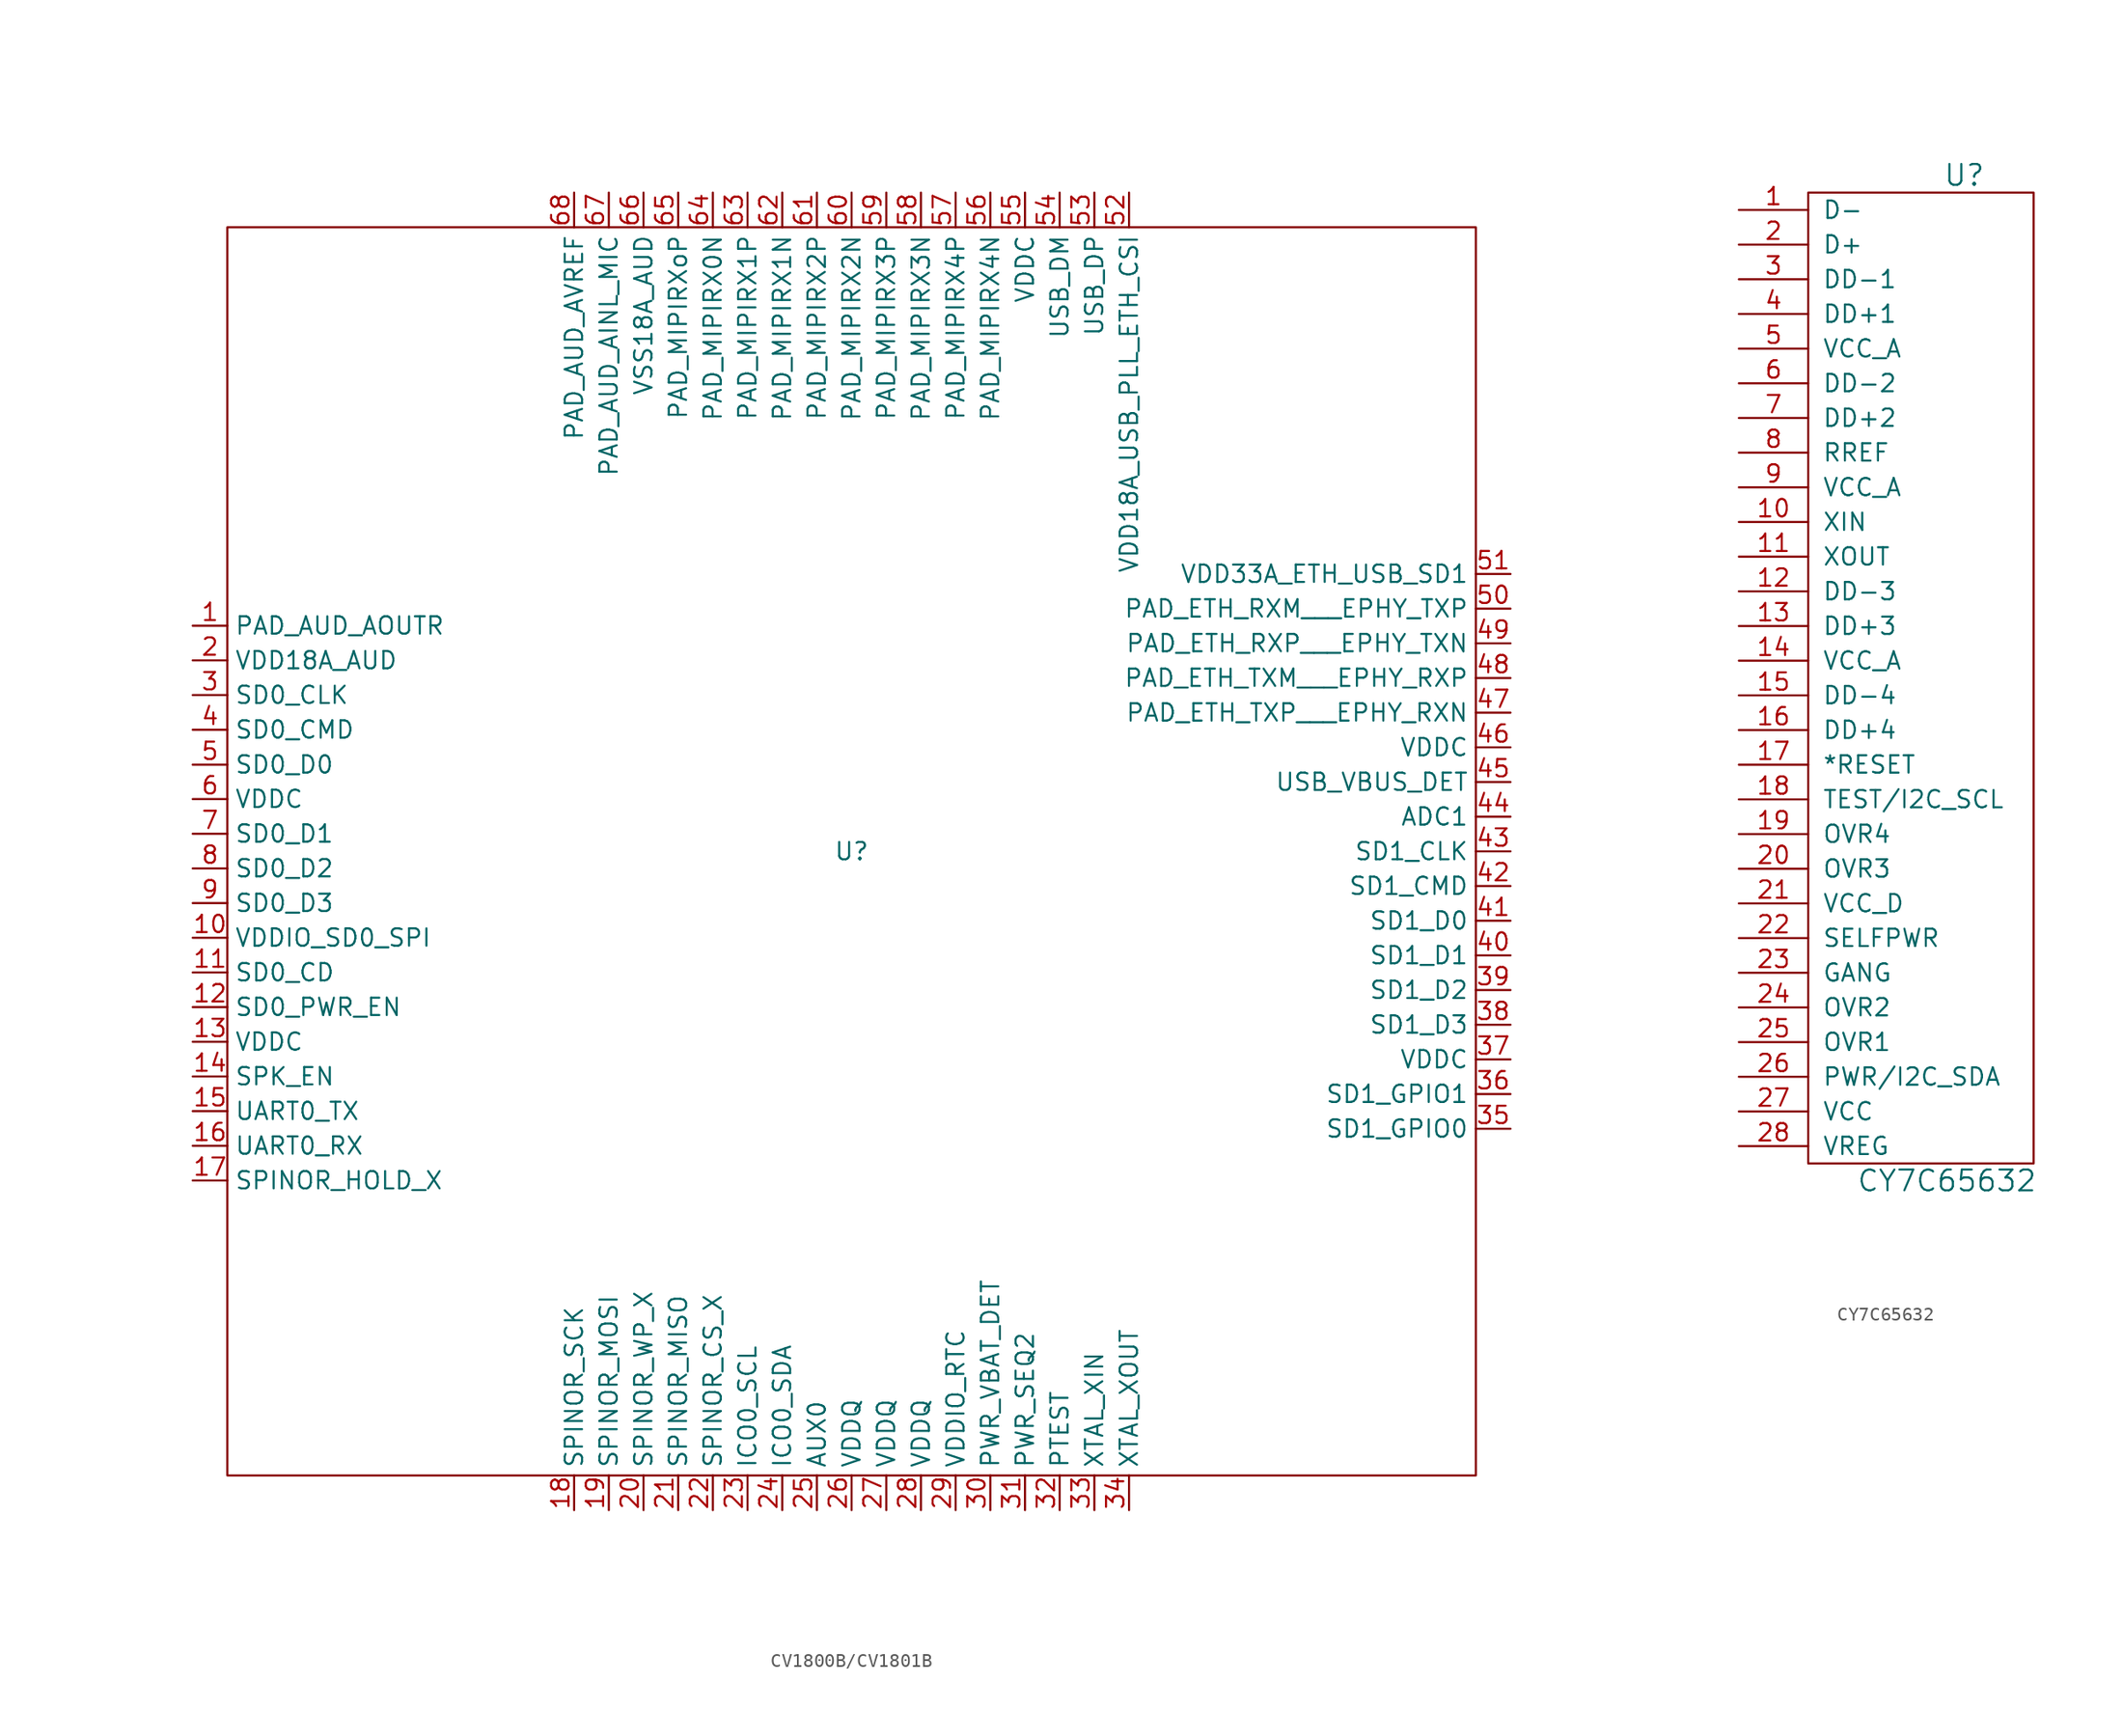
<source format=kicad_sym>
(kicad_symbol_lib
  (version 20220914)
  (generator kicad_symbol_editor)
  (symbol "CV1800B/CV1801B"
    (property "Reference" "U"
      (at 0 0 0)
      (effects (font (size 1.27 1.27))))
    (property "Value" ""
      (at 0 0 0)
      (effects (font (size 1.27 1.27))))
    (symbol "CV1800B/CV1801B_0_1"
      (rectangle (start -45.72 45.72) (end 45.72 -45.72) (stroke (width 0) (type default)) (fill (type none))))
    (symbol "CV1800B/CV1801B_1_1"
      (pin output line (at -48.258 16.53 0) (length 2.54) (name "PAD_AUD_AOUTR" (effects (font (size 1.27 1.27)))) (number "1" (effects (font (size 1.27 1.27)))))
      (pin power_in line (at -48.258 -6.33 0) (length 2.54) (name "VDDIO_SD0_SPI" (effects (font (size 1.27 1.27)))) (number "10" (effects (font (size 1.27 1.27)))))
      (pin bidirectional line (at -48.258 -8.87 0) (length 2.54) (name "SD0_CD" (effects (font (size 1.27 1.27)))) (number "11" (effects (font (size 1.27 1.27)))))
      (pin bidirectional line (at -48.258 -11.41 0) (length 2.54) (name "SD0_PWR_EN" (effects (font (size 1.27 1.27)))) (number "12" (effects (font (size 1.27 1.27)))))
      (pin power_in line (at -48.258 -13.95 0) (length 2.54) (name "VDDC" (effects (font (size 1.27 1.27)))) (number "13" (effects (font (size 1.27 1.27)))))
      (pin bidirectional line (at -48.258 -16.49 0) (length 2.54) (name "SPK_EN" (effects (font (size 1.27 1.27)))) (number "14" (effects (font (size 1.27 1.27)))))
      (pin output line (at -48.258 -19.03 0) (length 2.54) (name "UART0_TX" (effects (font (size 1.27 1.27)))) (number "15" (effects (font (size 1.27 1.27)))))
      (pin input line (at -48.258 -21.57 0) (length 2.54) (name "UART0_RX" (effects (font (size 1.27 1.27)))) (number "16" (effects (font (size 1.27 1.27)))))
      (pin bidirectional line (at -48.258 -24.11 0) (length 2.54) (name "SPINOR_HOLD_X" (effects (font (size 1.27 1.27)))) (number "17" (effects (font (size 1.27 1.27)))))
      (pin bidirectional line (at -20.32 -48.26 90) (length 2.54) (name "SPINOR_SCK" (effects (font (size 1.27 1.27)))) (number "18" (effects (font (size 1.27 1.27)))))
      (pin bidirectional line (at -17.78 -48.26 90) (length 2.54) (name "SPINOR_MOSI" (effects (font (size 1.27 1.27)))) (number "19" (effects (font (size 1.27 1.27)))))
      (pin power_in line (at -48.258 13.99 0) (length 2.54) (name "VDD18A_AUD" (effects (font (size 1.27 1.27)))) (number "2" (effects (font (size 1.27 1.27)))))
      (pin bidirectional line (at -15.24 -48.26 90) (length 2.54) (name "SPINOR_WP_X" (effects (font (size 1.27 1.27)))) (number "20" (effects (font (size 1.27 1.27)))))
      (pin bidirectional line (at -12.7 -48.26 90) (length 2.54) (name "SPINOR_MISO" (effects (font (size 1.27 1.27)))) (number "21" (effects (font (size 1.27 1.27)))))
      (pin bidirectional line (at -10.16 -48.26 90) (length 2.54) (name "SPINOR_CS_X" (effects (font (size 1.27 1.27)))) (number "22" (effects (font (size 1.27 1.27)))))
      (pin bidirectional line (at -7.62 -48.26 90) (length 2.54) (name "ICO0_SCL" (effects (font (size 1.27 1.27)))) (number "23" (effects (font (size 1.27 1.27)))))
      (pin bidirectional line (at -5.08 -48.26 90) (length 2.54) (name "ICO0_SDA" (effects (font (size 1.27 1.27)))) (number "24" (effects (font (size 1.27 1.27)))))
      (pin bidirectional line (at -2.54 -48.26 90) (length 2.54) (name "AUX0" (effects (font (size 1.27 1.27)))) (number "25" (effects (font (size 1.27 1.27)))))
      (pin power_in line (at 0 -48.26 90) (length 2.54) (name "VDDQ" (effects (font (size 1.27 1.27)))) (number "26" (effects (font (size 1.27 1.27)))))
      (pin power_in line (at 2.54 -48.26 90) (length 2.54) (name "VDDQ" (effects (font (size 1.27 1.27)))) (number "27" (effects (font (size 1.27 1.27)))))
      (pin power_in line (at 5.08 -48.26 90) (length 2.54) (name "VDDQ" (effects (font (size 1.27 1.27)))) (number "28" (effects (font (size 1.27 1.27)))))
      (pin power_in line (at 7.62 -48.26 90) (length 2.54) (name "VDDIO_RTC" (effects (font (size 1.27 1.27)))) (number "29" (effects (font (size 1.27 1.27)))))
      (pin bidirectional line (at -48.258 11.45 0) (length 2.54) (name "SD0_CLK" (effects (font (size 1.27 1.27)))) (number "3" (effects (font (size 1.27 1.27)))))
      (pin input line (at 10.16 -48.26 90) (length 2.54) (name "PWR_VBAT_DET" (effects (font (size 1.27 1.27)))) (number "30" (effects (font (size 1.27 1.27)))))
      (pin input line (at 12.7 -48.26 90) (length 2.54) (name "PWR_SEQ2" (effects (font (size 1.27 1.27)))) (number "31" (effects (font (size 1.27 1.27)))))
      (pin bidirectional line (at 15.24 -48.26 90) (length 2.54) (name "PTEST" (effects (font (size 1.27 1.27)))) (number "32" (effects (font (size 1.27 1.27)))))
      (pin input line (at 17.78 -48.26 90) (length 2.54) (name "XTAL_XIN" (effects (font (size 1.27 1.27)))) (number "33" (effects (font (size 1.27 1.27)))))
      (pin output line (at 20.32 -48.26 90) (length 2.54) (name "XTAL_XOUT" (effects (font (size 1.27 1.27)))) (number "34" (effects (font (size 1.27 1.27)))))
      (pin bidirectional line (at 48.26 -20.32 180) (length 2.54) (name "SD1_GPIO0" (effects (font (size 1.27 1.27)))) (number "35" (effects (font (size 1.27 1.27)))))
      (pin bidirectional line (at 48.26 -17.78 180) (length 2.54) (name "SD1_GPIO1" (effects (font (size 1.27 1.27)))) (number "36" (effects (font (size 1.27 1.27)))))
      (pin power_in line (at 48.26 -15.24 180) (length 2.54) (name "VDDC" (effects (font (size 1.27 1.27)))) (number "37" (effects (font (size 1.27 1.27)))))
      (pin bidirectional line (at 48.26 -12.7 180) (length 2.54) (name "SD1_D3" (effects (font (size 1.27 1.27)))) (number "38" (effects (font (size 1.27 1.27)))))
      (pin bidirectional line (at 48.26 -10.16 180) (length 2.54) (name "SD1_D2" (effects (font (size 1.27 1.27)))) (number "39" (effects (font (size 1.27 1.27)))))
      (pin bidirectional line (at -48.258 8.91 0) (length 2.54) (name "SD0_CMD" (effects (font (size 1.27 1.27)))) (number "4" (effects (font (size 1.27 1.27)))))
      (pin bidirectional line (at 48.26 -7.62 180) (length 2.54) (name "SD1_D1" (effects (font (size 1.27 1.27)))) (number "40" (effects (font (size 1.27 1.27)))))
      (pin bidirectional line (at 48.26 -5.08 180) (length 2.54) (name "SD1_D0" (effects (font (size 1.27 1.27)))) (number "41" (effects (font (size 1.27 1.27)))))
      (pin bidirectional line (at 48.26 -2.54 180) (length 2.54) (name "SD1_CMD" (effects (font (size 1.27 1.27)))) (number "42" (effects (font (size 1.27 1.27)))))
      (pin bidirectional line (at 48.26 0 180) (length 2.54) (name "SD1_CLK" (effects (font (size 1.27 1.27)))) (number "43" (effects (font (size 1.27 1.27)))))
      (pin input line (at 48.26 2.54 180) (length 2.54) (name "ADC1" (effects (font (size 1.27 1.27)))) (number "44" (effects (font (size 1.27 1.27)))))
      (pin input line (at 48.26 5.08 180) (length 2.54) (name "USB_VBUS_DET" (effects (font (size 1.27 1.27)))) (number "45" (effects (font (size 1.27 1.27)))))
      (pin power_in line (at 48.26 7.62 180) (length 2.54) (name "VDDC" (effects (font (size 1.27 1.27)))) (number "46" (effects (font (size 1.27 1.27)))))
      (pin bidirectional line (at 48.26 10.16 180) (length 2.54) (name "PAD_ETH_TXP___EPHY_RXN" (effects (font (size 1.27 1.27)))) (number "47" (effects (font (size 1.27 1.27)))))
      (pin bidirectional line (at 48.26 12.7 180) (length 2.54) (name "PAD_ETH_TXM___EPHY_RXP" (effects (font (size 1.27 1.27)))) (number "48" (effects (font (size 1.27 1.27)))))
      (pin bidirectional line (at 48.26 15.24 180) (length 2.54) (name "PAD_ETH_RXP___EPHY_TXN" (effects (font (size 1.27 1.27)))) (number "49" (effects (font (size 1.27 1.27)))))
      (pin bidirectional line (at -48.26 6.35 0) (length 2.54) (name "SD0_D0" (effects (font (size 1.27 1.27)))) (number "5" (effects (font (size 1.27 1.27)))))
      (pin bidirectional line (at 48.26 17.78 180) (length 2.54) (name "PAD_ETH_RXM___EPHY_TXP" (effects (font (size 1.27 1.27)))) (number "50" (effects (font (size 1.27 1.27)))))
      (pin power_in line (at 48.26 20.32 180) (length 2.54) (name "VDD33A_ETH_USB_SD1" (effects (font (size 1.27 1.27)))) (number "51" (effects (font (size 1.27 1.27)))))
      (pin power_in line (at 20.32 48.26 270) (length 2.54) (name "VDD18A_USB_PLL_ETH_CSI" (effects (font (size 1.27 1.27)))) (number "52" (effects (font (size 1.27 1.27)))))
      (pin bidirectional line (at 17.78 48.26 270) (length 2.54) (name "USB_DP" (effects (font (size 1.27 1.27)))) (number "53" (effects (font (size 1.27 1.27)))))
      (pin bidirectional line (at 15.24 48.26 270) (length 2.54) (name "USB_DM" (effects (font (size 1.27 1.27)))) (number "54" (effects (font (size 1.27 1.27)))))
      (pin power_in line (at 12.7 48.26 270) (length 2.54) (name "VDDC" (effects (font (size 1.27 1.27)))) (number "55" (effects (font (size 1.27 1.27)))))
      (pin bidirectional line (at 10.16 48.26 270) (length 2.54) (name "PAD_MIPIRX4N" (effects (font (size 1.27 1.27)))) (number "56" (effects (font (size 1.27 1.27)))))
      (pin bidirectional line (at 7.62 48.26 270) (length 2.54) (name "PAD_MIPIRX4P" (effects (font (size 1.27 1.27)))) (number "57" (effects (font (size 1.27 1.27)))))
      (pin bidirectional line (at 5.08 48.26 270) (length 2.54) (name "PAD_MIPIRX3N" (effects (font (size 1.27 1.27)))) (number "58" (effects (font (size 1.27 1.27)))))
      (pin bidirectional line (at 2.54 48.26 270) (length 2.54) (name "PAD_MIPIRX3P" (effects (font (size 1.27 1.27)))) (number "59" (effects (font (size 1.27 1.27)))))
      (pin power_in line (at -48.258 3.83 0) (length 2.54) (name "VDDC" (effects (font (size 1.27 1.27)))) (number "6" (effects (font (size 1.27 1.27)))))
      (pin bidirectional line (at 0 48.26 270) (length 2.54) (name "PAD_MIPIRX2N" (effects (font (size 1.27 1.27)))) (number "60" (effects (font (size 1.27 1.27)))))
      (pin bidirectional line (at -2.54 48.26 270) (length 2.54) (name "PAD_MIPIRX2P" (effects (font (size 1.27 1.27)))) (number "61" (effects (font (size 1.27 1.27)))))
      (pin bidirectional line (at -5.08 48.26 270) (length 2.54) (name "PAD_MIPIRX1N" (effects (font (size 1.27 1.27)))) (number "62" (effects (font (size 1.27 1.27)))))
      (pin bidirectional line (at -7.62 48.26 270) (length 2.54) (name "PAD_MIPIRX1P" (effects (font (size 1.27 1.27)))) (number "63" (effects (font (size 1.27 1.27)))))
      (pin bidirectional line (at -10.16 48.26 270) (length 2.54) (name "PAD_MIPIRX0N" (effects (font (size 1.27 1.27)))) (number "64" (effects (font (size 1.27 1.27)))))
      (pin bidirectional line (at -12.7 48.26 270) (length 2.54) (name "PAD_MIPIRXoP" (effects (font (size 1.27 1.27)))) (number "65" (effects (font (size 1.27 1.27)))))
      (pin power_in line (at -15.24 48.26 270) (length 2.54) (name "VSS18A_AUD" (effects (font (size 1.27 1.27)))) (number "66" (effects (font (size 1.27 1.27)))))
      (pin input line (at -17.78 48.26 270) (length 2.54) (name "PAD_AUD_AINL_MIC" (effects (font (size 1.27 1.27)))) (number "67" (effects (font (size 1.27 1.27)))))
      (pin input line (at -20.32 48.26 270) (length 2.54) (name "PAD_AUD_AVREF" (effects (font (size 1.27 1.27)))) (number "68" (effects (font (size 1.27 1.27)))))
      (pin bidirectional line (at -48.258 1.29 0) (length 2.54) (name "SD0_D1" (effects (font (size 1.27 1.27)))) (number "7" (effects (font (size 1.27 1.27)))))
      (pin bidirectional line (at -48.258 -1.25 0) (length 2.54) (name "SD0_D2" (effects (font (size 1.27 1.27)))) (number "8" (effects (font (size 1.27 1.27)))))
      (pin bidirectional line (at -48.258 -3.79 0) (length 2.54) (name "SD0_D3" (effects (font (size 1.27 1.27)))) (number "9" (effects (font (size 1.27 1.27)))))))
  (symbol "CY7C65632"
    (pin_names
      (offset 1.016))
    (property "Reference" "U"
      (at 5.08 35.56 0)
      (effects (font (size 1.524 1.524))))
    (property "Value" "CY7C65632"
      (at 3.81 -38.1 0)
      (effects (font (size 1.524 1.524))))
    (property "Footprint" ""
      (at 6.35 17.78 0)
      (effects (font (size 1.524 1.524))))
    (property "Datasheet" ""
      (at 6.35 17.78 0)
      (effects (font (size 1.524 1.524))))
    (symbol "CY7C65632_0_1"
      (rectangle (start -6.35 34.29) (end 10.16 -36.83) (stroke (width 0) (type solid)) (fill (type none))))
    (symbol "CY7C65632_1_1"
      (pin input line (at -11.43 33.02 0) (length 5.08) (name "D-" (effects (font (size 1.27 1.27)))) (number "1" (effects (font (size 1.27 1.27)))))
      (pin input line (at -11.43 10.16 0) (length 5.08) (name "XIN" (effects (font (size 1.27 1.27)))) (number "10" (effects (font (size 1.27 1.27)))))
      (pin input line (at -11.43 7.62 0) (length 5.08) (name "XOUT" (effects (font (size 1.27 1.27)))) (number "11" (effects (font (size 1.27 1.27)))))
      (pin input line (at -11.43 5.08 0) (length 5.08) (name "DD-3" (effects (font (size 1.27 1.27)))) (number "12" (effects (font (size 1.27 1.27)))))
      (pin input line (at -11.43 2.54 0) (length 5.08) (name "DD+3" (effects (font (size 1.27 1.27)))) (number "13" (effects (font (size 1.27 1.27)))))
      (pin input line (at -11.43 0 0) (length 5.08) (name "VCC_A" (effects (font (size 1.27 1.27)))) (number "14" (effects (font (size 1.27 1.27)))))
      (pin input line (at -11.43 -2.54 0) (length 5.08) (name "DD-4" (effects (font (size 1.27 1.27)))) (number "15" (effects (font (size 1.27 1.27)))))
      (pin input line (at -11.43 -5.08 0) (length 5.08) (name "DD+4" (effects (font (size 1.27 1.27)))) (number "16" (effects (font (size 1.27 1.27)))))
      (pin input line (at -11.43 -7.62 0) (length 5.08) (name "*RESET" (effects (font (size 1.27 1.27)))) (number "17" (effects (font (size 1.27 1.27)))))
      (pin input line (at -11.43 -10.16 0) (length 5.08) (name "TEST/I2C_SCL" (effects (font (size 1.27 1.27)))) (number "18" (effects (font (size 1.27 1.27)))))
      (pin input line (at -11.43 -12.7 0) (length 5.08) (name "OVR4" (effects (font (size 1.27 1.27)))) (number "19" (effects (font (size 1.27 1.27)))))
      (pin input line (at -11.43 30.48 0) (length 5.08) (name "D+" (effects (font (size 1.27 1.27)))) (number "2" (effects (font (size 1.27 1.27)))))
      (pin input line (at -11.43 -15.24 0) (length 5.08) (name "OVR3" (effects (font (size 1.27 1.27)))) (number "20" (effects (font (size 1.27 1.27)))))
      (pin input line (at -11.43 -17.78 0) (length 5.08) (name "VCC_D" (effects (font (size 1.27 1.27)))) (number "21" (effects (font (size 1.27 1.27)))))
      (pin input line (at -11.43 -20.32 0) (length 5.08) (name "SELFPWR" (effects (font (size 1.27 1.27)))) (number "22" (effects (font (size 1.27 1.27)))))
      (pin input line (at -11.43 -22.86 0) (length 5.08) (name "GANG" (effects (font (size 1.27 1.27)))) (number "23" (effects (font (size 1.27 1.27)))))
      (pin input line (at -11.43 -25.4 0) (length 5.08) (name "OVR2" (effects (font (size 1.27 1.27)))) (number "24" (effects (font (size 1.27 1.27)))))
      (pin input line (at -11.43 -27.94 0) (length 5.08) (name "OVR1" (effects (font (size 1.27 1.27)))) (number "25" (effects (font (size 1.27 1.27)))))
      (pin input line (at -11.43 -30.48 0) (length 5.08) (name "PWR/I2C_SDA" (effects (font (size 1.27 1.27)))) (number "26" (effects (font (size 1.27 1.27)))))
      (pin input line (at -11.43 -33.02 0) (length 5.08) (name "VCC" (effects (font (size 1.27 1.27)))) (number "27" (effects (font (size 1.27 1.27)))))
      (pin input line (at -11.43 -35.56 0) (length 5.08) (name "VREG" (effects (font (size 1.27 1.27)))) (number "28" (effects (font (size 1.27 1.27)))))
      (pin input line (at -11.43 27.94 0) (length 5.08) (name "DD-1" (effects (font (size 1.27 1.27)))) (number "3" (effects (font (size 1.27 1.27)))))
      (pin input line (at -11.43 25.4 0) (length 5.08) (name "DD+1" (effects (font (size 1.27 1.27)))) (number "4" (effects (font (size 1.27 1.27)))))
      (pin input line (at -11.43 22.86 0) (length 5.08) (name "VCC_A" (effects (font (size 1.27 1.27)))) (number "5" (effects (font (size 1.27 1.27)))))
      (pin input line (at -11.43 20.32 0) (length 5.08) (name "DD-2" (effects (font (size 1.27 1.27)))) (number "6" (effects (font (size 1.27 1.27)))))
      (pin input line (at -11.43 17.78 0) (length 5.08) (name "DD+2" (effects (font (size 1.27 1.27)))) (number "7" (effects (font (size 1.27 1.27)))))
      (pin input line (at -11.43 15.24 0) (length 5.08) (name "RREF" (effects (font (size 1.27 1.27)))) (number "8" (effects (font (size 1.27 1.27)))))
      (pin input line (at -11.43 12.7 0) (length 5.08) (name "VCC_A" (effects (font (size 1.27 1.27)))) (number "9" (effects (font (size 1.27 1.27))))))))
</source>
